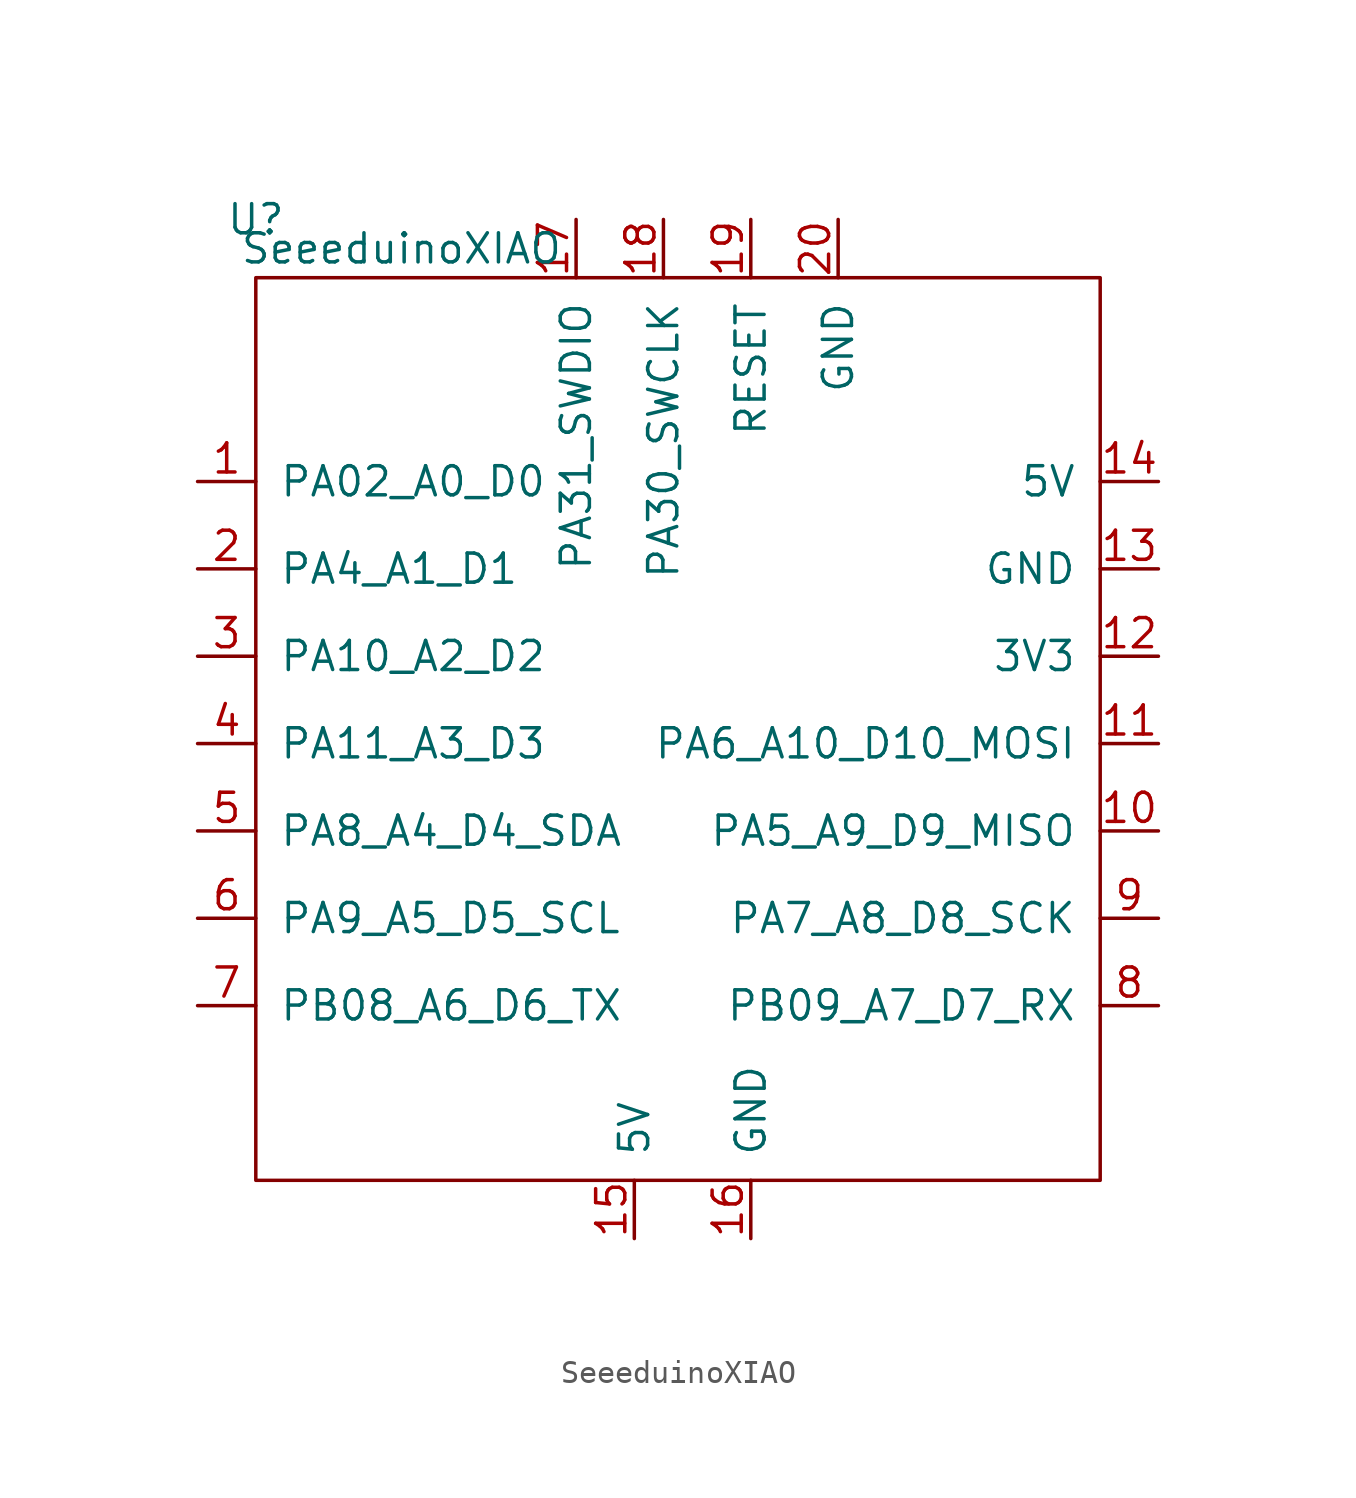
<source format=kicad_sym>
(kicad_symbol_lib
  (version 20211014)
  (generator kicad_symbol_editor)
  (symbol "SeeeduinoXIAO"
    (pin_names
      (offset 1.016))
    (property "Reference" "U"
      (at -19.05 22.86 0)
      (effects (font (size 1.27 1.27))))
    (property "Value" "SeeeduinoXIAO"
      (at -12.7 21.59 0)
      (effects (font (size 1.27 1.27))))
    (symbol "SeeeduinoXIAO_0_1"
      (rectangle (start -19.05 20.32) (end 17.78 -19.05) (stroke (width 0) (type default) (color 0 0 0 0)) (fill (type none))))
    (symbol "SeeeduinoXIAO_1_1"
      (pin unspecified line (at -21.59 11.43 0) (length 2.54) (name "PA02_A0_D0" (effects (font (size 1.27 1.27)))) (number "1" (effects (font (size 1.27 1.27)))))
      (pin unspecified line (at 20.32 -3.81 180) (length 2.54) (name "PA5_A9_D9_MISO" (effects (font (size 1.27 1.27)))) (number "10" (effects (font (size 1.27 1.27)))))
      (pin unspecified line (at 20.32 0 180) (length 2.54) (name "PA6_A10_D10_MOSI" (effects (font (size 1.27 1.27)))) (number "11" (effects (font (size 1.27 1.27)))))
      (pin unspecified line (at 20.32 3.81 180) (length 2.54) (name "3V3" (effects (font (size 1.27 1.27)))) (number "12" (effects (font (size 1.27 1.27)))))
      (pin unspecified line (at 20.32 7.62 180) (length 2.54) (name "GND" (effects (font (size 1.27 1.27)))) (number "13" (effects (font (size 1.27 1.27)))))
      (pin unspecified line (at 20.32 11.43 180) (length 2.54) (name "5V" (effects (font (size 1.27 1.27)))) (number "14" (effects (font (size 1.27 1.27)))))
      (pin input line (at -2.54 -21.59 90) (length 2.54) (name "5V" (effects (font (size 1.27 1.27)))) (number "15" (effects (font (size 1.27 1.27)))))
      (pin input line (at 2.54 -21.59 90) (length 2.54) (name "GND" (effects (font (size 1.27 1.27)))) (number "16" (effects (font (size 1.27 1.27)))))
      (pin input line (at -5.08 22.86 270) (length 2.54) (name "PA31_SWDIO" (effects (font (size 1.27 1.27)))) (number "17" (effects (font (size 1.27 1.27)))))
      (pin input line (at -1.27 22.86 270) (length 2.54) (name "PA30_SWCLK" (effects (font (size 1.27 1.27)))) (number "18" (effects (font (size 1.27 1.27)))))
      (pin input line (at 2.54 22.86 270) (length 2.54) (name "RESET" (effects (font (size 1.27 1.27)))) (number "19" (effects (font (size 1.27 1.27)))))
      (pin unspecified line (at -21.59 7.62 0) (length 2.54) (name "PA4_A1_D1" (effects (font (size 1.27 1.27)))) (number "2" (effects (font (size 1.27 1.27)))))
      (pin input line (at 6.35 22.86 270) (length 2.54) (name "GND" (effects (font (size 1.27 1.27)))) (number "20" (effects (font (size 1.27 1.27)))))
      (pin unspecified line (at -21.59 3.81 0) (length 2.54) (name "PA10_A2_D2" (effects (font (size 1.27 1.27)))) (number "3" (effects (font (size 1.27 1.27)))))
      (pin unspecified line (at -21.59 0 0) (length 2.54) (name "PA11_A3_D3" (effects (font (size 1.27 1.27)))) (number "4" (effects (font (size 1.27 1.27)))))
      (pin unspecified line (at -21.59 -3.81 0) (length 2.54) (name "PA8_A4_D4_SDA" (effects (font (size 1.27 1.27)))) (number "5" (effects (font (size 1.27 1.27)))))
      (pin unspecified line (at -21.59 -7.62 0) (length 2.54) (name "PA9_A5_D5_SCL" (effects (font (size 1.27 1.27)))) (number "6" (effects (font (size 1.27 1.27)))))
      (pin unspecified line (at -21.59 -11.43 0) (length 2.54) (name "PB08_A6_D6_TX" (effects (font (size 1.27 1.27)))) (number "7" (effects (font (size 1.27 1.27)))))
      (pin unspecified line (at 20.32 -11.43 180) (length 2.54) (name "PB09_A7_D7_RX" (effects (font (size 1.27 1.27)))) (number "8" (effects (font (size 1.27 1.27)))))
      (pin unspecified line (at 20.32 -7.62 180) (length 2.54) (name "PA7_A8_D8_SCK" (effects (font (size 1.27 1.27)))) (number "9" (effects (font (size 1.27 1.27))))))))
</source>
